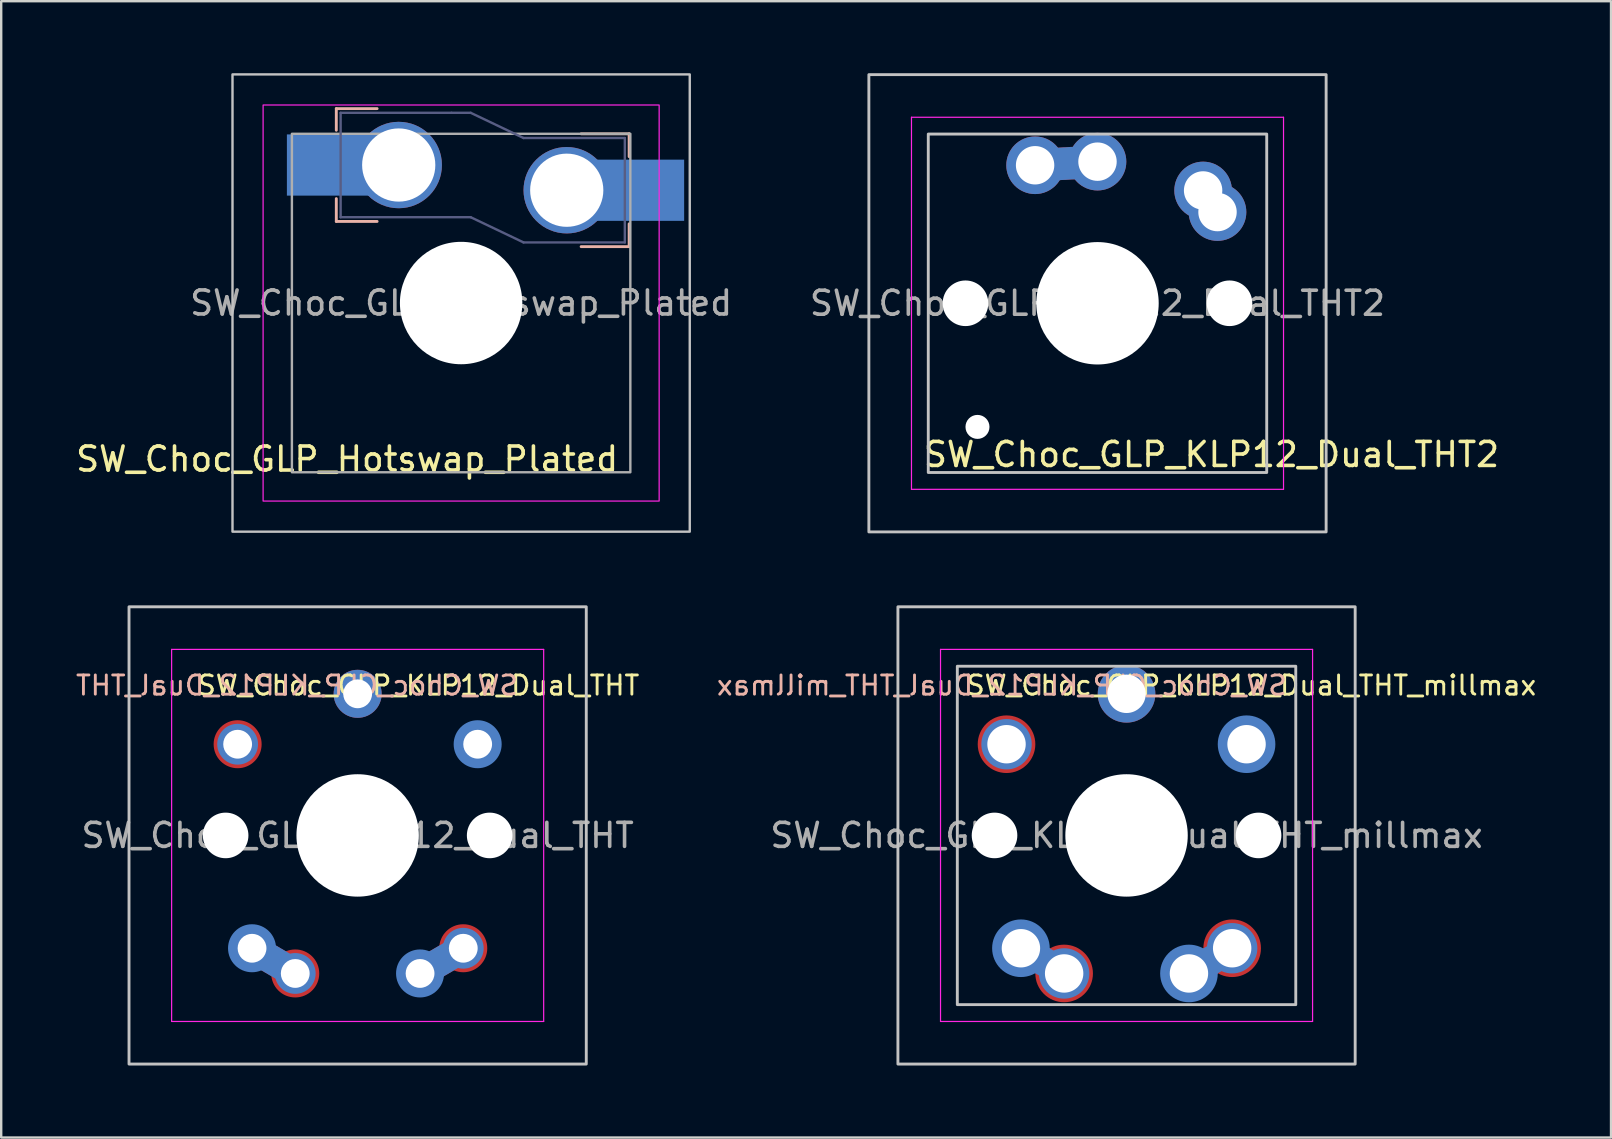
<source format=kicad_pcb>
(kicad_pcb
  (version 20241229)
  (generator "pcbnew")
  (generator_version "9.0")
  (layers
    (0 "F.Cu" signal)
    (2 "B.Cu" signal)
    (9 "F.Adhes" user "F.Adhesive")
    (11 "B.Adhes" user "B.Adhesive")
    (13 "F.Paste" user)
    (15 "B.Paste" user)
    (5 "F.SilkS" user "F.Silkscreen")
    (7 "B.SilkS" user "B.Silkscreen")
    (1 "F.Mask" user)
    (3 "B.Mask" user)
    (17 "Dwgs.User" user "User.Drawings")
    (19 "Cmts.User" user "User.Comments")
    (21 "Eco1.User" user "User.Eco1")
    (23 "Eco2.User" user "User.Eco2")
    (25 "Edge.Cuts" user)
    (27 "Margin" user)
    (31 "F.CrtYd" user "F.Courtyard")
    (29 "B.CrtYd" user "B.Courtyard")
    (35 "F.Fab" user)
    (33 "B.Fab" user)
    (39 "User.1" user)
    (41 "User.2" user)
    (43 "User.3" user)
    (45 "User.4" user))
  (footprint "SW_Choc_GLP_KLP12_Dual_THT_millmax"
    (layer "F.Cu")
    (at 43.883 31.755)
    (property "Reference" "SW_Choc_GLP_KLP12_Dual_THT_millmax" (at -6.75 -6.25 180) (layer "F.SilkS") (effects (font (size 0.8 0.8) (thickness 0.12)) (justify left)))
    (property "Reference2" "${REFERENCE}" (at 6.75 -6.25 180) (layer "B.SilkS") (effects (font (size 0.8 0.8) (thickness 0.12)) (justify left mirror)))
    (attr through_hole)
    (fp_rect (start -9.525 -9.525) (end 9.525 9.525) (stroke (width 0.12) (type default)) (fill no) (layer "Dwgs.User"))
    (fp_rect (start -7.05 -7.05) (end 7.05 7.05) (stroke (width 0.12) (type solid)) (fill no) (layer "Dwgs.User"))
    (fp_line (start -7.75 -7.75) (end -7.75 7.75) (stroke (width 0.05) (type solid)) (layer "F.CrtYd"))
    (fp_line (start -7.75 7.75) (end 7.75 7.75) (stroke (width 0.05) (type solid)) (layer "F.CrtYd"))
    (fp_line (start 7.75 -7.75) (end -7.75 -7.75) (stroke (width 0.05) (type solid)) (layer "F.CrtYd"))
    (fp_line (start 7.75 7.75) (end 7.75 -7.75) (stroke (width 0.05) (type solid)) (layer "F.CrtYd"))
    (fp_text user "${REFERENCE}" (at 0 0 180) (layer "F.Fab") (effects (font (size 1 1) (thickness 0.15))))
    (pad "" np_thru_hole circle (at -5.5 0 180) (size 1.9 1.9) (drill 1.9) (layers "*.Cu" "*.Mask"))
    (pad "" np_thru_hole circle (at 0 0) (size 5.1 5.1) (drill 5.1) (layers "*.Cu" "*.Mask"))
    (pad "" np_thru_hole circle (at 5.5 0 180) (size 1.9 1.9) (drill 1.9) (layers "*.Cu" "*.Mask"))
    (pad "1" thru_hole circle (at -5 -3.8) (size 2.1 2.1) (drill 1.6) (layers "*.Cu" "F.Mask"))
    (pad "1" smd circle (at -5 -3.8) (size 2.4 2.4) (layers "F.Cu" "F.Mask"))
    (pad "1" thru_hole circle (at 2.6 5.75) (size 2.1 2.1) (drill 1.6) (layers "*.Cu" "B.Mask"))
    (pad "1" smd circle (at 2.6 5.75) (size 2.4 2.4) (layers "B.Cu" "B.Mask"))
    (pad "1" smd trapezoid (at 3.5 5.225 210.3) (size 2 1.2) (layers "F.Cu"))
    (pad "1" smd trapezoid (at 3.5 5.225 30.3) (size 2 1.2) (layers "B.Cu"))
    (pad "1" thru_hole circle (at 4.4 4.7) (size 2.1 2.1) (drill 1.6) (layers "*.Cu" "F.Mask"))
    (pad "1" smd circle (at 4.4 4.7) (size 2.4 2.4) (layers "F.Cu" "F.Mask"))
    (pad "1" thru_hole circle (at 5 -3.8) (size 2.1 2.1) (drill 1.6) (layers "*.Cu" "B.Mask"))
    (pad "1" smd circle (at 5 -3.8) (size 2.4 2.4) (layers "B.Cu" "B.Mask"))
    (pad "2" thru_hole circle (at -4.4 4.7) (size 2.1 2.1) (drill 1.6) (layers "*.Cu" "B.Mask"))
    (pad "2" smd circle (at -4.4 4.7) (size 2.4 2.4) (layers "B.Cu" "B.Mask"))
    (pad "2" smd trapezoid (at -3.5 5.225 329.7) (size 2 1.2) (layers "F.Cu"))
    (pad "2" smd trapezoid (at -3.5 5.225 149.7) (size 2 1.2) (layers "B.Cu"))
    (pad "2" thru_hole circle (at -2.6 5.75) (size 2.1 2.1) (drill 1.6) (layers "*.Cu" "F.Mask"))
    (pad "2" smd circle (at -2.6 5.75) (size 2.4 2.4) (layers "F.Cu" "F.Mask"))
    (pad "2" thru_hole circle (at 0 -5.9) (size 2.4 2.4) (drill 1.6) (layers "*.Cu" "*.Mask")))
  (footprint "SW_Choc_GLP_Hotswap_Plated"
    (layer "F.Cu")
    (at 16.161 9.575)
    (property "Reference" "SW_Choc_GLP_Hotswap_Plated" (at -4.75 6.5 0) (unlocked yes) (layer "F.SilkS") (effects (font (size 1 1) (thickness 0.15))))
    (attr through_hole)
    (fp_line (start -5.2 -8.1) (end -5.2 -7.2) (stroke (width 0.12) (type solid)) (layer "B.SilkS"))
    (fp_line (start -5.2 -8.1) (end -3.5 -8.1) (stroke (width 0.12) (type solid)) (layer "B.SilkS"))
    (fp_line (start -5.2 -3.4) (end -5.2 -4.35) (stroke (width 0.12) (type solid)) (layer "B.SilkS"))
    (fp_line (start -5.2 -3.4) (end -3.5 -3.4) (stroke (width 0.12) (type solid)) (layer "B.SilkS"))
    (fp_line (start 7 -7.05) (end 5 -7.05) (stroke (width 0.12) (type solid)) (layer "B.SilkS"))
    (fp_line (start 7 -7.05) (end 7 -6.1) (stroke (width 0.12) (type solid)) (layer "B.SilkS"))
    (fp_line (start 7 -2.35) (end 5 -2.35) (stroke (width 0.12) (type solid)) (layer "B.SilkS"))
    (fp_line (start 7 -2.35) (end 7 -3.3) (stroke (width 0.12) (type solid)) (layer "B.SilkS"))
    (fp_rect (start -9.525 9.525) (end 9.525 -9.525) (stroke (width 0.1) (type solid)) (fill no) (layer "Dwgs.User"))
    (fp_rect (start -8.25 8.25) (end 8.25 -8.25) (stroke (width 0.05) (type solid)) (fill no) (layer "F.CrtYd"))
    (fp_line (start -5.02 -7.925) (end -0.4 -7.925) (stroke (width 0.1) (type solid)) (layer "B.Fab"))
    (fp_line (start -5.02 -3.575) (end -5.02 -7.925) (stroke (width 0.1) (type solid)) (layer "B.Fab"))
    (fp_line (start -5.02 -3.575) (end 0.4 -3.575) (stroke (width 0.1) (type solid)) (layer "B.Fab"))
    (fp_line (start -0.4 -7.925) (end 0.4 -7.925) (stroke (width 0.1) (type solid)) (layer "B.Fab"))
    (fp_line (start 2.6 -6.875) (end 0.4 -7.925) (stroke (width 0.1) (type solid)) (layer "B.Fab"))
    (fp_line (start 2.6 -2.525) (end 0.4 -3.575) (stroke (width 0.1) (type solid)) (layer "B.Fab"))
    (fp_line (start 6.82 -6.875) (end 2.6 -6.875) (stroke (width 0.1) (type solid)) (layer "B.Fab"))
    (fp_line (start 6.82 -2.525) (end 2.6 -2.525) (stroke (width 0.1) (type solid)) (layer "B.Fab"))
    (fp_line (start 6.82 -2.525) (end 6.82 -6.875) (stroke (width 0.1) (type solid)) (layer "B.Fab"))
    (fp_rect (start -7.05 7.05) (end 7.05 -7.05) (stroke (width 0.1) (type solid)) (fill no) (layer "F.Fab"))
    (fp_text user "${REFERENCE}" (at 0 0 0) (unlocked yes) (layer "F.Fab") (effects (font (size 1 1) (thickness 0.15))))
    (pad "" np_thru_hole circle (at 0 0 180) (size 5.1 5.1) (drill 5.1) (layers "*.Cu" "*.Mask"))
    (pad "1" smd rect (at -5.334 -5.75 180) (size 3.85 2.55) (layers "B.Cu" "B.Mask" "B.Paste"))
    (pad "1" thru_hole circle (at -2.6 -5.75 180) (size 3.6 3.6) (drill 3.05) (layers "*.Cu" "*.Mask"))
    (pad "2" thru_hole circle (at 4.4 -4.7 180) (size 3.6 3.6) (drill 3.05) (layers "*.Cu" "*.Mask"))
    (pad "2" smd rect (at 7.366 -4.699 180) (size 3.85 2.55) (layers "B.Cu" "B.Mask" "B.Paste")))
  (footprint "SW_Choc_GLP_KLP12_Dual_THT"
    (layer "F.Cu")
    (at 11.85 31.755)
    (property "Reference" "SW_Choc_GLP_KLP12_Dual_THT" (at -6.75 -6.25 180) (layer "F.SilkS") (effects (font (size 0.8 0.8) (thickness 0.12)) (justify left)))
    (property "Reference2" "${REFERENCE}" (at 6.75 -6.25 180) (layer "B.SilkS") (effects (font (size 0.8 0.8) (thickness 0.12)) (justify left mirror)))
    (attr smd)
    (fp_rect (start -9.525 -9.525) (end 9.525 9.525) (stroke (width 0.12) (type default)) (fill no) (layer "Dwgs.User"))
    (fp_line (start -7.75 -7.75) (end -7.75 7.75) (stroke (width 0.05) (type solid)) (layer "F.CrtYd"))
    (fp_line (start -7.75 7.75) (end 7.75 7.75) (stroke (width 0.05) (type solid)) (layer "F.CrtYd"))
    (fp_line (start 7.75 -7.75) (end -7.75 -7.75) (stroke (width 0.05) (type solid)) (layer "F.CrtYd"))
    (fp_line (start 7.75 7.75) (end 7.75 -7.75) (stroke (width 0.05) (type solid)) (layer "F.CrtYd"))
    (fp_rect (start -7.05 -7.05) (end 7.05 7.05) (stroke (width 0.12) (type default)) (fill no) (layer "User.1"))
    (fp_text user "${REFERENCE}" (at 0 0 180) (layer "F.Fab") (effects (font (size 1 1) (thickness 0.15))))
    (pad "" np_thru_hole circle (at -5.5 0 180) (size 1.9 1.9) (drill 1.9) (layers "*.Cu" "*.Mask"))
    (pad "" np_thru_hole circle (at 0 0) (size 5.1 5.1) (drill 5.1) (layers "*.Cu" "*.Mask"))
    (pad "" np_thru_hole circle (at 5.5 0 180) (size 1.9 1.9) (drill 1.9) (layers "*.Cu" "*.Mask"))
    (pad "1" thru_hole circle (at -5 -3.8) (size 1.7 1.7) (drill 1.2) (layers "*.Cu" "F.Mask"))
    (pad "1" smd circle (at -5 -3.8) (size 2 2) (layers "F.Cu" "F.Mask"))
    (pad "1" thru_hole circle (at 2.6 5.75) (size 1.7 1.7) (drill 1.2) (layers "*.Cu" "B.Mask"))
    (pad "1" smd circle (at 2.6 5.75) (size 2 2) (layers "B.Cu" "B.Mask"))
    (pad "1" smd trapezoid (at 3.5 5.225 210.3) (size 2 1.2) (layers "F.Cu"))
    (pad "1" smd trapezoid (at 3.5 5.225 30.3) (size 2 1.2) (layers "B.Cu"))
    (pad "1" thru_hole circle (at 4.4 4.7) (size 1.7 1.7) (drill 1.2) (layers "*.Cu" "F.Mask"))
    (pad "1" smd circle (at 4.4 4.7) (size 2 2) (layers "F.Cu" "F.Mask"))
    (pad "1" thru_hole circle (at 5 -3.8) (size 1.7 1.7) (drill 1.2) (layers "*.Cu" "B.Mask"))
    (pad "1" smd circle (at 5 -3.8) (size 2 2) (layers "B.Cu" "B.Mask"))
    (pad "2" thru_hole circle (at -4.4 4.7) (size 1.7 1.7) (drill 1.2) (layers "*.Cu" "B.Mask"))
    (pad "2" smd circle (at -4.4 4.7) (size 2 2) (layers "B.Cu" "B.Mask"))
    (pad "2" smd trapezoid (at -3.5 5.225 329.7) (size 2 1.2) (layers "F.Cu"))
    (pad "2" smd trapezoid (at -3.5 5.225 149.7) (size 2 1.2) (layers "B.Cu"))
    (pad "2" thru_hole circle (at -2.6 5.75) (size 1.7 1.7) (drill 1.2) (layers "*.Cu" "F.Mask"))
    (pad "2" smd circle (at -2.6 5.75) (size 2 2) (layers "F.Cu" "F.Mask"))
    (pad "2" thru_hole circle (at 0 -5.9) (size 2 2) (drill 1.2) (layers "*.Cu" "*.Mask")))
  (footprint "SW_Choc_GLP_KLP12_Dual_THT2"
    (layer "F.Cu")
    (at 42.673 9.585)
    (property "Reference" "SW_Choc_GLP_KLP12_Dual_THT2" (at 4.75 6.3 0) (layer "F.SilkS") (effects (font (size 1 1) (thickness 0.15))))
    (attr smd)
    (fp_rect (start -9.525 -9.525) (end 9.525 9.525) (stroke (width 0.12) (type default)) (fill no) (layer "Dwgs.User"))
    (fp_rect (start -7.05 -7.05) (end 7.05 7.05) (stroke (width 0.12) (type solid)) (fill no) (layer "Dwgs.User"))
    (fp_line (start -7.75 -7.75) (end -7.75 7.75) (stroke (width 0.05) (type solid)) (layer "F.CrtYd"))
    (fp_line (start -7.75 7.75) (end 7.75 7.75) (stroke (width 0.05) (type solid)) (layer "F.CrtYd"))
    (fp_line (start 7.75 -7.75) (end -7.75 -7.75) (stroke (width 0.05) (type solid)) (layer "F.CrtYd"))
    (fp_line (start 7.75 7.75) (end 7.75 -7.75) (stroke (width 0.05) (type solid)) (layer "F.CrtYd"))
    (fp_text user "${REFERENCE}" (at 0 0 0) (layer "F.Fab") (effects (font (size 1 1) (thickness 0.15))))
    (pad "" np_thru_hole circle (at -5.5 0) (size 1.9 1.9) (drill 1.9) (layers "*.Cu" "*.Mask"))
    (pad "" np_thru_hole circle (at -5 5.15) (size 1 1) (drill 1) (layers "*.Cu" "*.Mask"))
    (pad "" np_thru_hole circle (at 0 0) (size 5.1 5.1) (drill 5.1) (layers "*.Cu" "*.Mask"))
    (pad "" np_thru_hole circle (at 5.5 0) (size 1.9 1.9) (drill 1.9) (layers "*.Cu" "*.Mask"))
    (pad "1" thru_hole circle (at 4.4 -4.7 180) (size 2.4 2.4) (drill 1.6) (layers "*.Cu" "*.Mask"))
    (pad "1" thru_hole circle (at 5 -3.8) (size 2.4 2.4) (drill 1.6) (layers "*.Cu" "*.Mask"))
    (pad "2" thru_hole circle (at -2.6 -5.75 180) (size 2.4 2.4) (drill 1.6) (layers "*.Cu" "*.Mask"))
    (pad "2" smd custom (at -1.3 -5.825 3.3) (size 3 1.353) (layers "F.Cu") (options (anchor rect)) (primitives))
    (pad "2" smd custom (at -1.3 -5.825 3.3) (size 3 1.353) (layers "B.Cu") (options (anchor rect)) (primitives))
    (pad "2" thru_hole circle (at 0 -5.9) (size 2.4 2.4) (drill 1.6) (layers "*.Cu" "*.Mask")))
  (gr_rect
    (start -3 -3)
    (end 64.067 44.34)
    (stroke (width 0.1) (type default))
    (fill no)
    (layer "Edge.Cuts")))
</source>
